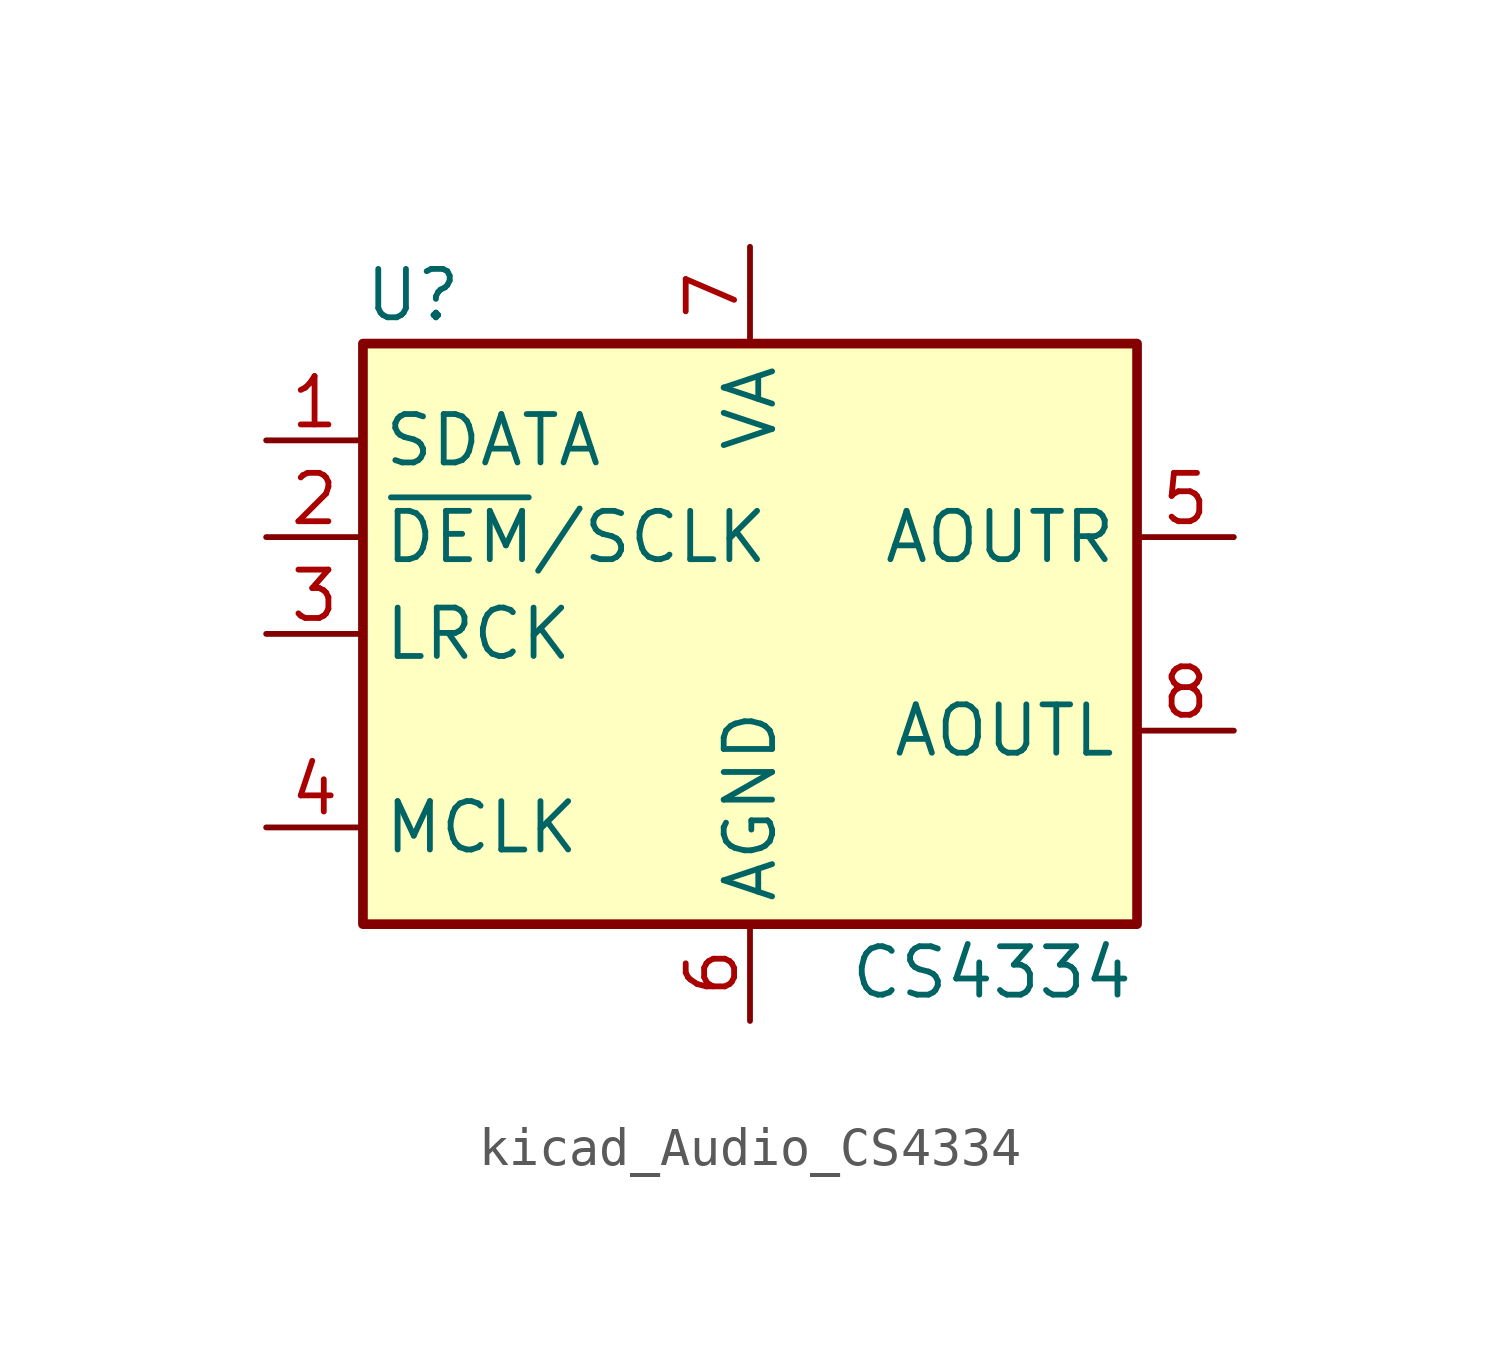
<source format=kicad_sym>
(kicad_symbol_lib
  (version 20220914)
  (generator kicad_symbol_editor)
  (symbol "kicad_Audio_CS4334"
    (property "Reference" "U"
      (at -10.16 8.89 0)
      (effects (font (size 1.27 1.27)) (justify left)))
    (property "Value" "CS4334"
      (at 6.35 -8.89 0)
      (effects (font (size 1.27 1.27))))
    (symbol "kicad_Audio_CS4334_0_1"
      (rectangle (start -10.16 7.62) (end 10.16 -7.62) (stroke (width 0.254) (type default)) (fill (type background))))
    (symbol "kicad_Audio_CS4334_1_1"
      (pin input line (at -12.7 5.08 0) (length 2.54) (name "SDATA" (effects (font (size 1.27 1.27)))) (number "1" (effects (font (size 1.27 1.27)))))
      (pin input line (at -12.7 2.54 0) (length 2.54) (name "~{DEM}/SCLK" (effects (font (size 1.27 1.27)))) (number "2" (effects (font (size 1.27 1.27)))))
      (pin input line (at -12.7 0 0) (length 2.54) (name "LRCK" (effects (font (size 1.27 1.27)))) (number "3" (effects (font (size 1.27 1.27)))))
      (pin input line (at -12.7 -5.08 0) (length 2.54) (name "MCLK" (effects (font (size 1.27 1.27)))) (number "4" (effects (font (size 1.27 1.27)))))
      (pin output line (at 12.7 2.54 180) (length 2.54) (name "AOUTR" (effects (font (size 1.27 1.27)))) (number "5" (effects (font (size 1.27 1.27)))))
      (pin power_in line (at 0 -10.16 90) (length 2.54) (name "AGND" (effects (font (size 1.27 1.27)))) (number "6" (effects (font (size 1.27 1.27)))))
      (pin power_in line (at 0 10.16 270) (length 2.54) (name "VA" (effects (font (size 1.27 1.27)))) (number "7" (effects (font (size 1.27 1.27)))))
      (pin output line (at 12.7 -2.54 180) (length 2.54) (name "AOUTL" (effects (font (size 1.27 1.27)))) (number "8" (effects (font (size 1.27 1.27))))))))
</source>
